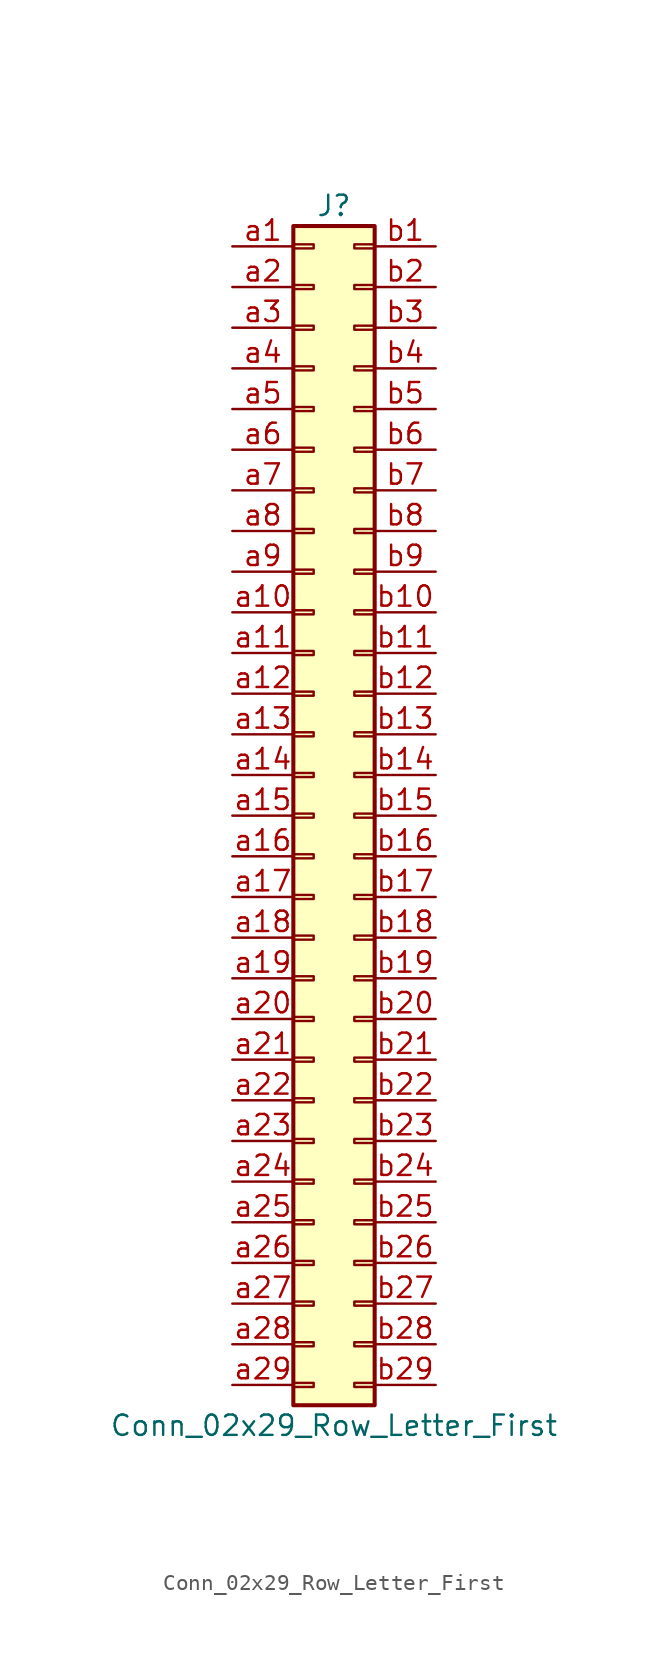
<source format=kicad_sym>
(kicad_symbol_lib
  (version 20220914)
  (generator kicad_symbol_editor)
  (symbol "Conn_02x29_Row_Letter_First"
    (pin_names
      (offset 1.016) hide)
    (property "Reference" "J"
      (at 1.27 38.1 0)
      (effects (font (size 1.27 1.27))))
    (property "Value" "Conn_02x29_Row_Letter_First"
      (at 1.27 -38.1 0)
      (effects (font (size 1.27 1.27))))
    (symbol "Conn_02x29_Row_Letter_First_1_1"
      (rectangle (start -1.27 -35.433) (end 0 -35.687) (stroke (width 0.152) (type default)) (fill (type none)))
      (rectangle (start -1.27 -32.893) (end 0 -33.147) (stroke (width 0.152) (type default)) (fill (type none)))
      (rectangle (start -1.27 -30.353) (end 0 -30.607) (stroke (width 0.152) (type default)) (fill (type none)))
      (rectangle (start -1.27 -27.813) (end 0 -28.067) (stroke (width 0.152) (type default)) (fill (type none)))
      (rectangle (start -1.27 -25.273) (end 0 -25.527) (stroke (width 0.152) (type default)) (fill (type none)))
      (rectangle (start -1.27 -22.733) (end 0 -22.987) (stroke (width 0.152) (type default)) (fill (type none)))
      (rectangle (start -1.27 -20.193) (end 0 -20.447) (stroke (width 0.152) (type default)) (fill (type none)))
      (rectangle (start -1.27 -17.653) (end 0 -17.907) (stroke (width 0.152) (type default)) (fill (type none)))
      (rectangle (start -1.27 -15.113) (end 0 -15.367) (stroke (width 0.152) (type default)) (fill (type none)))
      (rectangle (start -1.27 -12.573) (end 0 -12.827) (stroke (width 0.152) (type default)) (fill (type none)))
      (rectangle (start -1.27 -10.033) (end 0 -10.287) (stroke (width 0.152) (type default)) (fill (type none)))
      (rectangle (start -1.27 -7.493) (end 0 -7.747) (stroke (width 0.152) (type default)) (fill (type none)))
      (rectangle (start -1.27 -4.953) (end 0 -5.207) (stroke (width 0.152) (type default)) (fill (type none)))
      (rectangle (start -1.27 -2.413) (end 0 -2.667) (stroke (width 0.152) (type default)) (fill (type none)))
      (rectangle (start -1.27 0.127) (end 0 -0.127) (stroke (width 0.152) (type default)) (fill (type none)))
      (rectangle (start -1.27 2.667) (end 0 2.413) (stroke (width 0.152) (type default)) (fill (type none)))
      (rectangle (start -1.27 5.207) (end 0 4.953) (stroke (width 0.152) (type default)) (fill (type none)))
      (rectangle (start -1.27 7.747) (end 0 7.493) (stroke (width 0.152) (type default)) (fill (type none)))
      (rectangle (start -1.27 10.287) (end 0 10.033) (stroke (width 0.152) (type default)) (fill (type none)))
      (rectangle (start -1.27 12.827) (end 0 12.573) (stroke (width 0.152) (type default)) (fill (type none)))
      (rectangle (start -1.27 15.367) (end 0 15.113) (stroke (width 0.152) (type default)) (fill (type none)))
      (rectangle (start -1.27 17.907) (end 0 17.653) (stroke (width 0.152) (type default)) (fill (type none)))
      (rectangle (start -1.27 20.447) (end 0 20.193) (stroke (width 0.152) (type default)) (fill (type none)))
      (rectangle (start -1.27 22.987) (end 0 22.733) (stroke (width 0.152) (type default)) (fill (type none)))
      (rectangle (start -1.27 25.527) (end 0 25.273) (stroke (width 0.152) (type default)) (fill (type none)))
      (rectangle (start -1.27 28.067) (end 0 27.813) (stroke (width 0.152) (type default)) (fill (type none)))
      (rectangle (start -1.27 30.607) (end 0 30.353) (stroke (width 0.152) (type default)) (fill (type none)))
      (rectangle (start -1.27 33.147) (end 0 32.893) (stroke (width 0.152) (type default)) (fill (type none)))
      (rectangle (start -1.27 35.687) (end 0 35.433) (stroke (width 0.152) (type default)) (fill (type none)))
      (rectangle (start -1.27 36.83) (end 3.81 -36.83) (stroke (width 0.254) (type default)) (fill (type background)))
      (rectangle (start 3.81 -35.433) (end 2.54 -35.687) (stroke (width 0.152) (type default)) (fill (type none)))
      (rectangle (start 3.81 -32.893) (end 2.54 -33.147) (stroke (width 0.152) (type default)) (fill (type none)))
      (rectangle (start 3.81 -30.353) (end 2.54 -30.607) (stroke (width 0.152) (type default)) (fill (type none)))
      (rectangle (start 3.81 -27.813) (end 2.54 -28.067) (stroke (width 0.152) (type default)) (fill (type none)))
      (rectangle (start 3.81 -25.273) (end 2.54 -25.527) (stroke (width 0.152) (type default)) (fill (type none)))
      (rectangle (start 3.81 -22.733) (end 2.54 -22.987) (stroke (width 0.152) (type default)) (fill (type none)))
      (rectangle (start 3.81 -20.193) (end 2.54 -20.447) (stroke (width 0.152) (type default)) (fill (type none)))
      (rectangle (start 3.81 -17.653) (end 2.54 -17.907) (stroke (width 0.152) (type default)) (fill (type none)))
      (rectangle (start 3.81 -15.113) (end 2.54 -15.367) (stroke (width 0.152) (type default)) (fill (type none)))
      (rectangle (start 3.81 -12.573) (end 2.54 -12.827) (stroke (width 0.152) (type default)) (fill (type none)))
      (rectangle (start 3.81 -10.033) (end 2.54 -10.287) (stroke (width 0.152) (type default)) (fill (type none)))
      (rectangle (start 3.81 -7.493) (end 2.54 -7.747) (stroke (width 0.152) (type default)) (fill (type none)))
      (rectangle (start 3.81 -4.953) (end 2.54 -5.207) (stroke (width 0.152) (type default)) (fill (type none)))
      (rectangle (start 3.81 -2.413) (end 2.54 -2.667) (stroke (width 0.152) (type default)) (fill (type none)))
      (rectangle (start 3.81 0.127) (end 2.54 -0.127) (stroke (width 0.152) (type default)) (fill (type none)))
      (rectangle (start 3.81 2.667) (end 2.54 2.413) (stroke (width 0.152) (type default)) (fill (type none)))
      (rectangle (start 3.81 5.207) (end 2.54 4.953) (stroke (width 0.152) (type default)) (fill (type none)))
      (rectangle (start 3.81 7.747) (end 2.54 7.493) (stroke (width 0.152) (type default)) (fill (type none)))
      (rectangle (start 3.81 10.287) (end 2.54 10.033) (stroke (width 0.152) (type default)) (fill (type none)))
      (rectangle (start 3.81 12.827) (end 2.54 12.573) (stroke (width 0.152) (type default)) (fill (type none)))
      (rectangle (start 3.81 15.367) (end 2.54 15.113) (stroke (width 0.152) (type default)) (fill (type none)))
      (rectangle (start 3.81 17.907) (end 2.54 17.653) (stroke (width 0.152) (type default)) (fill (type none)))
      (rectangle (start 3.81 20.447) (end 2.54 20.193) (stroke (width 0.152) (type default)) (fill (type none)))
      (rectangle (start 3.81 22.987) (end 2.54 22.733) (stroke (width 0.152) (type default)) (fill (type none)))
      (rectangle (start 3.81 25.527) (end 2.54 25.273) (stroke (width 0.152) (type default)) (fill (type none)))
      (rectangle (start 3.81 28.067) (end 2.54 27.813) (stroke (width 0.152) (type default)) (fill (type none)))
      (rectangle (start 3.81 30.607) (end 2.54 30.353) (stroke (width 0.152) (type default)) (fill (type none)))
      (rectangle (start 3.81 33.147) (end 2.54 32.893) (stroke (width 0.152) (type default)) (fill (type none)))
      (rectangle (start 3.81 35.687) (end 2.54 35.433) (stroke (width 0.152) (type default)) (fill (type none)))
      (pin passive line (at -5.08 35.56 0) (length 3.81) (name "Pin_a1" (effects (font (size 1.27 1.27)))) (number "a1" (effects (font (size 1.27 1.27)))))
      (pin passive line (at -5.08 12.7 0) (length 3.81) (name "Pin_a10" (effects (font (size 1.27 1.27)))) (number "a10" (effects (font (size 1.27 1.27)))))
      (pin passive line (at -5.08 10.16 0) (length 3.81) (name "Pin_a11" (effects (font (size 1.27 1.27)))) (number "a11" (effects (font (size 1.27 1.27)))))
      (pin passive line (at -5.08 7.62 0) (length 3.81) (name "Pin_a12" (effects (font (size 1.27 1.27)))) (number "a12" (effects (font (size 1.27 1.27)))))
      (pin passive line (at -5.08 5.08 0) (length 3.81) (name "Pin_a13" (effects (font (size 1.27 1.27)))) (number "a13" (effects (font (size 1.27 1.27)))))
      (pin passive line (at -5.08 2.54 0) (length 3.81) (name "Pin_a14" (effects (font (size 1.27 1.27)))) (number "a14" (effects (font (size 1.27 1.27)))))
      (pin passive line (at -5.08 0 0) (length 3.81) (name "Pin_a15" (effects (font (size 1.27 1.27)))) (number "a15" (effects (font (size 1.27 1.27)))))
      (pin passive line (at -5.08 -2.54 0) (length 3.81) (name "Pin_a16" (effects (font (size 1.27 1.27)))) (number "a16" (effects (font (size 1.27 1.27)))))
      (pin passive line (at -5.08 -5.08 0) (length 3.81) (name "Pin_a17" (effects (font (size 1.27 1.27)))) (number "a17" (effects (font (size 1.27 1.27)))))
      (pin passive line (at -5.08 -7.62 0) (length 3.81) (name "Pin_a18" (effects (font (size 1.27 1.27)))) (number "a18" (effects (font (size 1.27 1.27)))))
      (pin passive line (at -5.08 -10.16 0) (length 3.81) (name "Pin_a19" (effects (font (size 1.27 1.27)))) (number "a19" (effects (font (size 1.27 1.27)))))
      (pin passive line (at -5.08 33.02 0) (length 3.81) (name "Pin_a2" (effects (font (size 1.27 1.27)))) (number "a2" (effects (font (size 1.27 1.27)))))
      (pin passive line (at -5.08 -12.7 0) (length 3.81) (name "Pin_a20" (effects (font (size 1.27 1.27)))) (number "a20" (effects (font (size 1.27 1.27)))))
      (pin passive line (at -5.08 -15.24 0) (length 3.81) (name "Pin_a21" (effects (font (size 1.27 1.27)))) (number "a21" (effects (font (size 1.27 1.27)))))
      (pin passive line (at -5.08 -17.78 0) (length 3.81) (name "Pin_a22" (effects (font (size 1.27 1.27)))) (number "a22" (effects (font (size 1.27 1.27)))))
      (pin passive line (at -5.08 -20.32 0) (length 3.81) (name "Pin_a23" (effects (font (size 1.27 1.27)))) (number "a23" (effects (font (size 1.27 1.27)))))
      (pin passive line (at -5.08 -22.86 0) (length 3.81) (name "Pin_a24" (effects (font (size 1.27 1.27)))) (number "a24" (effects (font (size 1.27 1.27)))))
      (pin passive line (at -5.08 -25.4 0) (length 3.81) (name "Pin_a25" (effects (font (size 1.27 1.27)))) (number "a25" (effects (font (size 1.27 1.27)))))
      (pin passive line (at -5.08 -27.94 0) (length 3.81) (name "Pin_a26" (effects (font (size 1.27 1.27)))) (number "a26" (effects (font (size 1.27 1.27)))))
      (pin passive line (at -5.08 -30.48 0) (length 3.81) (name "Pin_a27" (effects (font (size 1.27 1.27)))) (number "a27" (effects (font (size 1.27 1.27)))))
      (pin passive line (at -5.08 -33.02 0) (length 3.81) (name "Pin_a28" (effects (font (size 1.27 1.27)))) (number "a28" (effects (font (size 1.27 1.27)))))
      (pin passive line (at -5.08 -35.56 0) (length 3.81) (name "Pin_a29" (effects (font (size 1.27 1.27)))) (number "a29" (effects (font (size 1.27 1.27)))))
      (pin passive line (at -5.08 30.48 0) (length 3.81) (name "Pin_a3" (effects (font (size 1.27 1.27)))) (number "a3" (effects (font (size 1.27 1.27)))))
      (pin passive line (at -5.08 27.94 0) (length 3.81) (name "Pin_a4" (effects (font (size 1.27 1.27)))) (number "a4" (effects (font (size 1.27 1.27)))))
      (pin passive line (at -5.08 25.4 0) (length 3.81) (name "Pin_a5" (effects (font (size 1.27 1.27)))) (number "a5" (effects (font (size 1.27 1.27)))))
      (pin passive line (at -5.08 22.86 0) (length 3.81) (name "Pin_a6" (effects (font (size 1.27 1.27)))) (number "a6" (effects (font (size 1.27 1.27)))))
      (pin passive line (at -5.08 20.32 0) (length 3.81) (name "Pin_a7" (effects (font (size 1.27 1.27)))) (number "a7" (effects (font (size 1.27 1.27)))))
      (pin passive line (at -5.08 17.78 0) (length 3.81) (name "Pin_a8" (effects (font (size 1.27 1.27)))) (number "a8" (effects (font (size 1.27 1.27)))))
      (pin passive line (at -5.08 15.24 0) (length 3.81) (name "Pin_a9" (effects (font (size 1.27 1.27)))) (number "a9" (effects (font (size 1.27 1.27)))))
      (pin passive line (at 7.62 35.56 180) (length 3.81) (name "Pin_b1" (effects (font (size 1.27 1.27)))) (number "b1" (effects (font (size 1.27 1.27)))))
      (pin passive line (at 7.62 12.7 180) (length 3.81) (name "Pin_b10" (effects (font (size 1.27 1.27)))) (number "b10" (effects (font (size 1.27 1.27)))))
      (pin passive line (at 7.62 10.16 180) (length 3.81) (name "Pin_b11" (effects (font (size 1.27 1.27)))) (number "b11" (effects (font (size 1.27 1.27)))))
      (pin passive line (at 7.62 7.62 180) (length 3.81) (name "Pin_b12" (effects (font (size 1.27 1.27)))) (number "b12" (effects (font (size 1.27 1.27)))))
      (pin passive line (at 7.62 5.08 180) (length 3.81) (name "Pin_b13" (effects (font (size 1.27 1.27)))) (number "b13" (effects (font (size 1.27 1.27)))))
      (pin passive line (at 7.62 2.54 180) (length 3.81) (name "Pin_b14" (effects (font (size 1.27 1.27)))) (number "b14" (effects (font (size 1.27 1.27)))))
      (pin passive line (at 7.62 0 180) (length 3.81) (name "Pin_b15" (effects (font (size 1.27 1.27)))) (number "b15" (effects (font (size 1.27 1.27)))))
      (pin passive line (at 7.62 -2.54 180) (length 3.81) (name "Pin_b16" (effects (font (size 1.27 1.27)))) (number "b16" (effects (font (size 1.27 1.27)))))
      (pin passive line (at 7.62 -5.08 180) (length 3.81) (name "Pin_b17" (effects (font (size 1.27 1.27)))) (number "b17" (effects (font (size 1.27 1.27)))))
      (pin passive line (at 7.62 -7.62 180) (length 3.81) (name "Pin_b18" (effects (font (size 1.27 1.27)))) (number "b18" (effects (font (size 1.27 1.27)))))
      (pin passive line (at 7.62 -10.16 180) (length 3.81) (name "Pin_b19" (effects (font (size 1.27 1.27)))) (number "b19" (effects (font (size 1.27 1.27)))))
      (pin passive line (at 7.62 33.02 180) (length 3.81) (name "Pin_b2" (effects (font (size 1.27 1.27)))) (number "b2" (effects (font (size 1.27 1.27)))))
      (pin passive line (at 7.62 -12.7 180) (length 3.81) (name "Pin_b20" (effects (font (size 1.27 1.27)))) (number "b20" (effects (font (size 1.27 1.27)))))
      (pin passive line (at 7.62 -15.24 180) (length 3.81) (name "Pin_b21" (effects (font (size 1.27 1.27)))) (number "b21" (effects (font (size 1.27 1.27)))))
      (pin passive line (at 7.62 -17.78 180) (length 3.81) (name "Pin_b22" (effects (font (size 1.27 1.27)))) (number "b22" (effects (font (size 1.27 1.27)))))
      (pin passive line (at 7.62 -20.32 180) (length 3.81) (name "Pin_b23" (effects (font (size 1.27 1.27)))) (number "b23" (effects (font (size 1.27 1.27)))))
      (pin passive line (at 7.62 -22.86 180) (length 3.81) (name "Pin_b24" (effects (font (size 1.27 1.27)))) (number "b24" (effects (font (size 1.27 1.27)))))
      (pin passive line (at 7.62 -25.4 180) (length 3.81) (name "Pin_b25" (effects (font (size 1.27 1.27)))) (number "b25" (effects (font (size 1.27 1.27)))))
      (pin passive line (at 7.62 -27.94 180) (length 3.81) (name "Pin_b26" (effects (font (size 1.27 1.27)))) (number "b26" (effects (font (size 1.27 1.27)))))
      (pin passive line (at 7.62 -30.48 180) (length 3.81) (name "Pin_b27" (effects (font (size 1.27 1.27)))) (number "b27" (effects (font (size 1.27 1.27)))))
      (pin passive line (at 7.62 -33.02 180) (length 3.81) (name "Pin_b28" (effects (font (size 1.27 1.27)))) (number "b28" (effects (font (size 1.27 1.27)))))
      (pin passive line (at 7.62 -35.56 180) (length 3.81) (name "Pin_b29" (effects (font (size 1.27 1.27)))) (number "b29" (effects (font (size 1.27 1.27)))))
      (pin passive line (at 7.62 30.48 180) (length 3.81) (name "Pin_b3" (effects (font (size 1.27 1.27)))) (number "b3" (effects (font (size 1.27 1.27)))))
      (pin passive line (at 7.62 27.94 180) (length 3.81) (name "Pin_b4" (effects (font (size 1.27 1.27)))) (number "b4" (effects (font (size 1.27 1.27)))))
      (pin passive line (at 7.62 25.4 180) (length 3.81) (name "Pin_b5" (effects (font (size 1.27 1.27)))) (number "b5" (effects (font (size 1.27 1.27)))))
      (pin passive line (at 7.62 22.86 180) (length 3.81) (name "Pin_b6" (effects (font (size 1.27 1.27)))) (number "b6" (effects (font (size 1.27 1.27)))))
      (pin passive line (at 7.62 20.32 180) (length 3.81) (name "Pin_b7" (effects (font (size 1.27 1.27)))) (number "b7" (effects (font (size 1.27 1.27)))))
      (pin passive line (at 7.62 17.78 180) (length 3.81) (name "Pin_b8" (effects (font (size 1.27 1.27)))) (number "b8" (effects (font (size 1.27 1.27)))))
      (pin passive line (at 7.62 15.24 180) (length 3.81) (name "Pin_b9" (effects (font (size 1.27 1.27)))) (number "b9" (effects (font (size 1.27 1.27))))))))
</source>
